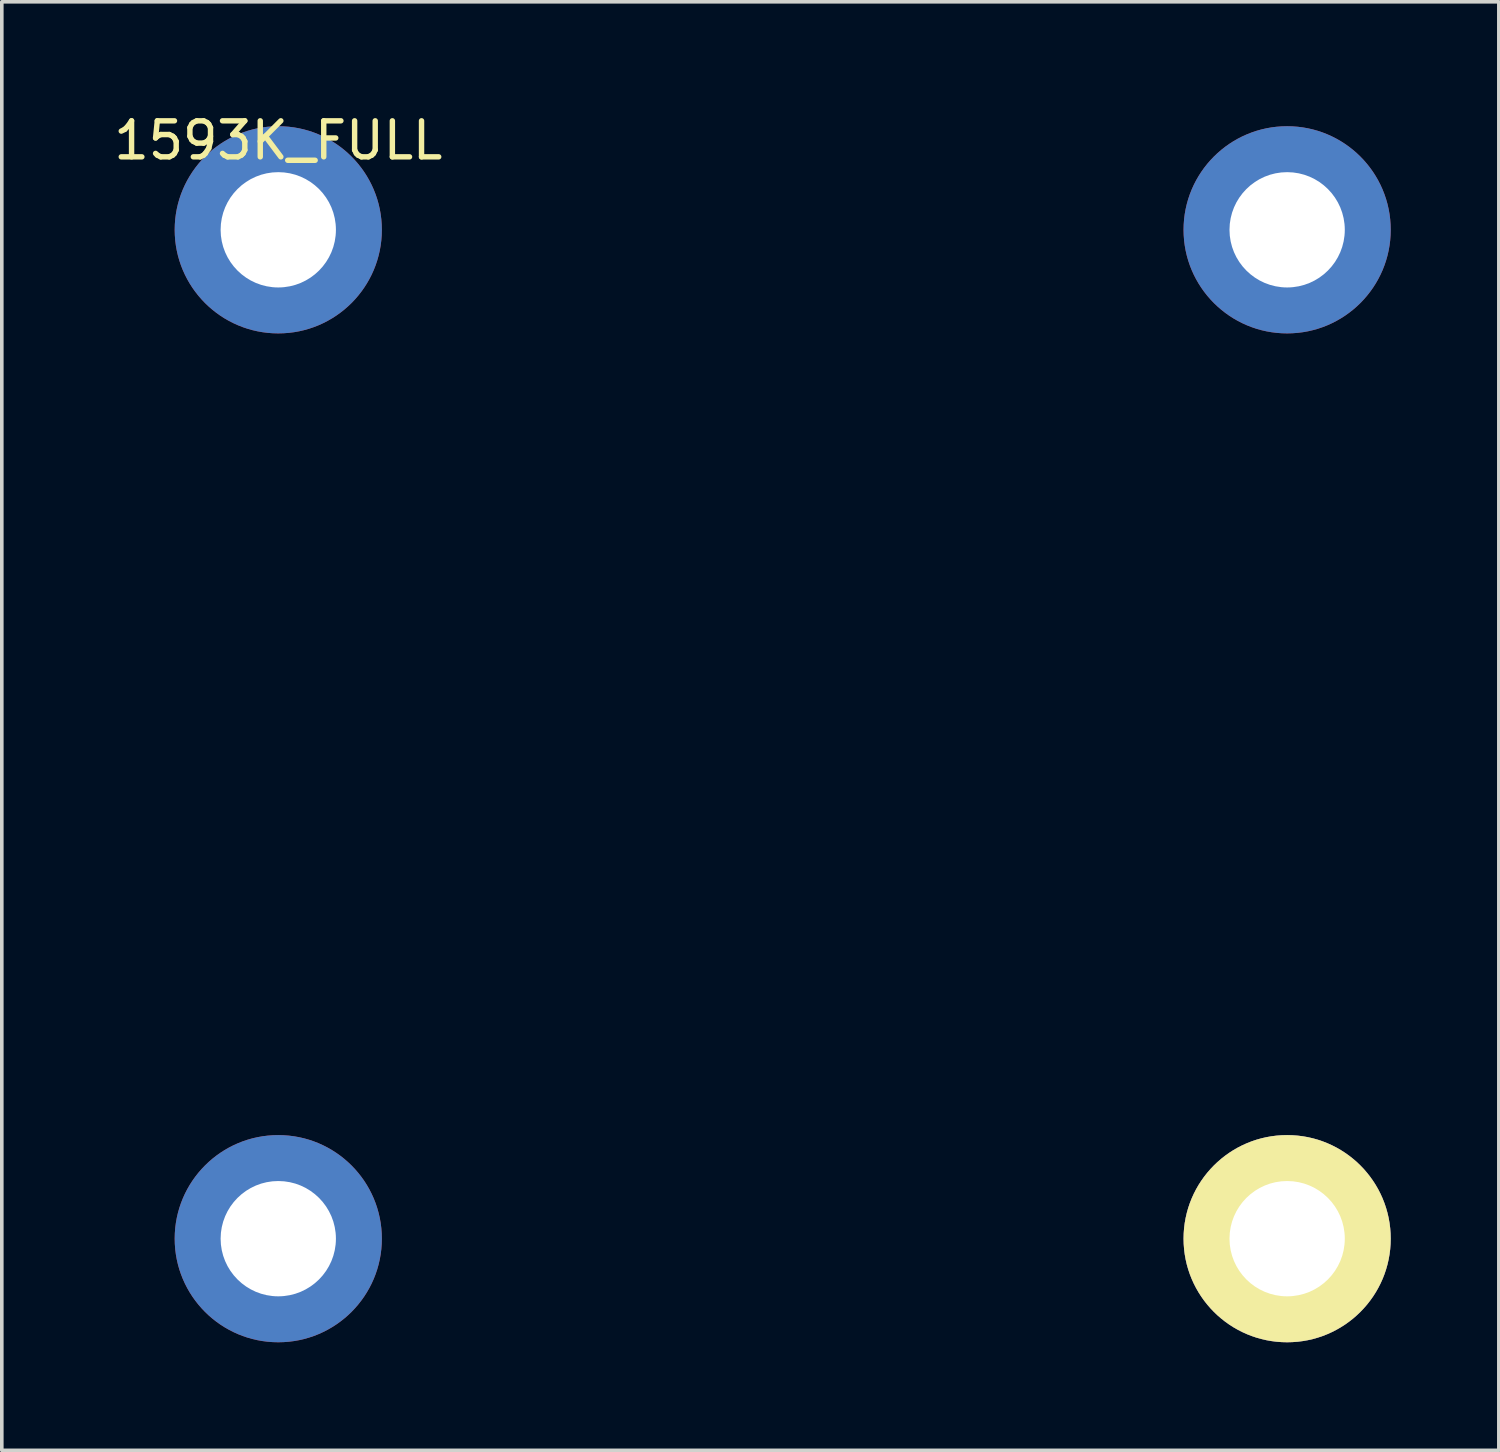
<source format=kicad_pcb>
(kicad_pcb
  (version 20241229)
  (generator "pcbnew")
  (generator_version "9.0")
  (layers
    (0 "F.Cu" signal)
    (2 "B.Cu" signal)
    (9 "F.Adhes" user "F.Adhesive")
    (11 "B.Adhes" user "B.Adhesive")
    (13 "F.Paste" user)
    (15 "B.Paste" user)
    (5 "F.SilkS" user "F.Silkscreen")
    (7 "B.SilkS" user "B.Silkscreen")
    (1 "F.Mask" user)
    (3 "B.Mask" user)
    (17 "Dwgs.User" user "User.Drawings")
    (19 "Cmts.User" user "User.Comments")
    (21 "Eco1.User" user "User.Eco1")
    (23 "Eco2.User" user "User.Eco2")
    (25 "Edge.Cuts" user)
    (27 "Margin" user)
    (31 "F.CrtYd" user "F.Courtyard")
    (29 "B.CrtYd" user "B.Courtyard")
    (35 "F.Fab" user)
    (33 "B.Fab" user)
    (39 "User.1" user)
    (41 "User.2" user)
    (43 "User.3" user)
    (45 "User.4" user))
  (footprint "1593K_FULL"
    (placed yes)
    (layer "F.Cu")
    (at 5.093 3.048)
    (property "Reference" "1593K_FULL" (at -0.42 -2.2 0) (layer "F.SilkS") (effects (font (size 1 1) (thickness 0.15))))
    (attr through_hole)
    (pad "" np_thru_hole circle (at -0.42 0.28) (size 5.75 5.75) (drill 3.2) (layers "*.Cu" "*.Mask"))
    (pad "" np_thru_hole circle (at -0.42 28.28) (size 5.75 5.75) (drill 3.2) (layers "*.Cu" "*.Mask"))
    (pad "" np_thru_hole circle (at 27.58 0.28) (size 5.75 5.75) (drill 3.2) (layers "*.Cu" "*.Mask"))
    (pad "" np_thru_hole circle (at 27.58 28.28) (size 5.75 5.75) (drill 3.2) (layers "*.Cu" "*.Mask" "F.SilkS")))
  (gr_rect
    (start -3 -3)
    (end 38.548 37.203)
    (stroke (width 0.1) (type default))
    (fill no)
    (layer "Edge.Cuts")))
</source>
